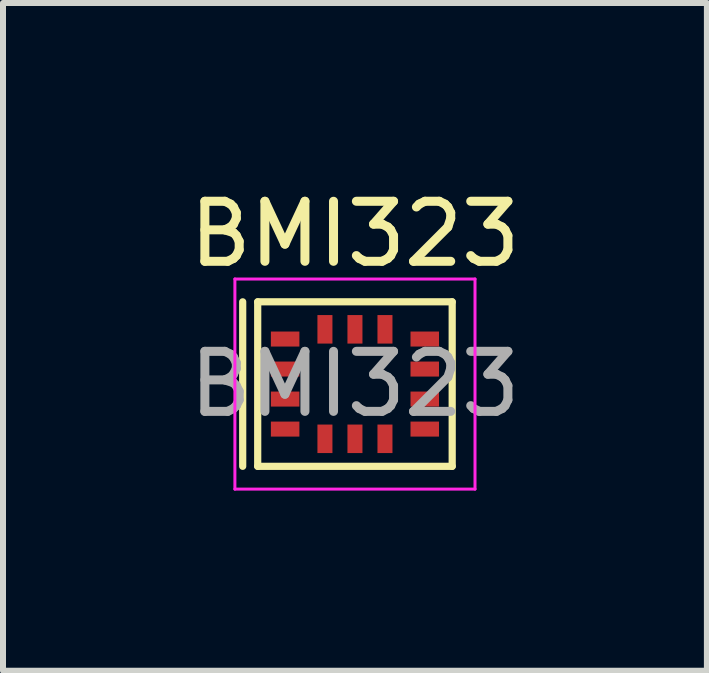
<source format=kicad_pcb>
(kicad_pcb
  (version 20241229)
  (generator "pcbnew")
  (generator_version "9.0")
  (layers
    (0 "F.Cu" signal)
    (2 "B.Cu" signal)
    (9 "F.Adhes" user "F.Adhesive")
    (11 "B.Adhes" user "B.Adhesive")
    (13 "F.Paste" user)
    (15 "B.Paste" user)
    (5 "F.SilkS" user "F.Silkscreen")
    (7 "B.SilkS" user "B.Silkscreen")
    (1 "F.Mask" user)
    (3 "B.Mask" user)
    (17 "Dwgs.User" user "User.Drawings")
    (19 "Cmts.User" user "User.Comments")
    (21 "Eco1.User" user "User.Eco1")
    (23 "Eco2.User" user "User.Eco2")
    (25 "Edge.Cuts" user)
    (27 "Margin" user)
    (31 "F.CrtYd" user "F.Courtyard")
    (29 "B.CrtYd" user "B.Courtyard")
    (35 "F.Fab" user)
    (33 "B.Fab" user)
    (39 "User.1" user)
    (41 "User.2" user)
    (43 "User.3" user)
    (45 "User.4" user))
  (footprint "BMI323"
    (layer "F.Cu")
    (at 2.863 3.348)
    (property "Reference" "BMI323" (at 0 -2.5 0) (unlocked yes) (layer "F.SilkS") (effects (font (size 1 1) (thickness 0.15))))
    (attr smd)
    (fp_line (start -1.87 1.37) (end -1.87 -1.37) (stroke (width 0.12) (type default)) (layer "F.SilkS"))
    (fp_line (start -1.62 -1.37) (end 1.62 -1.37) (stroke (width 0.12) (type default)) (layer "F.SilkS"))
    (fp_line (start -1.62 1.37) (end -1.62 -1.37) (stroke (width 0.12) (type default)) (layer "F.SilkS"))
    (fp_line (start 1.62 -1.37) (end 1.62 1.37) (stroke (width 0.12) (type default)) (layer "F.SilkS"))
    (fp_line (start 1.62 1.37) (end -1.62 1.37) (stroke (width 0.12) (type default)) (layer "F.SilkS"))
    (fp_line (start -2 -1.75) (end -2 1.75) (stroke (width 0.05) (type default)) (layer "F.CrtYd"))
    (fp_line (start -2 1.75) (end 2 1.75) (stroke (width 0.05) (type default)) (layer "F.CrtYd"))
    (fp_line (start 2 -1.75) (end -2 -1.75) (stroke (width 0.05) (type default)) (layer "F.CrtYd"))
    (fp_line (start 2 1.75) (end 2 -1.75) (stroke (width 0.05) (type default)) (layer "F.CrtYd"))
    (fp_text user "${REFERENCE}" (at 0 0 0) (unlocked yes) (layer "F.Fab") (effects (font (size 1 1) (thickness 0.15))))
    (pad "1" smd rect (at -1.163 -0.75) (size 0.475 0.25) (layers "F.Cu" "F.Mask" "F.Paste"))
    (pad "2" smd rect (at -1.163 -0.25) (size 0.475 0.25) (layers "F.Cu" "F.Mask" "F.Paste"))
    (pad "3" smd rect (at -1.163 0.25) (size 0.475 0.25) (layers "F.Cu" "F.Mask" "F.Paste"))
    (pad "4" smd rect (at -1.163 0.75) (size 0.475 0.25) (layers "F.Cu" "F.Mask" "F.Paste"))
    (pad "5" smd rect (at -0.5 0.912 90) (size 0.475 0.25) (layers "F.Cu" "F.Mask" "F.Paste"))
    (pad "6" smd rect (at 0 0.912 90) (size 0.475 0.25) (layers "F.Cu" "F.Mask" "F.Paste"))
    (pad "7" smd rect (at 0.5 0.912 90) (size 0.475 0.25) (layers "F.Cu" "F.Mask" "F.Paste"))
    (pad "8" smd rect (at 1.163 0.75 180) (size 0.475 0.25) (layers "F.Cu" "F.Mask" "F.Paste"))
    (pad "9" smd rect (at 1.163 0.25 180) (size 0.475 0.25) (layers "F.Cu" "F.Mask" "F.Paste"))
    (pad "10" smd rect (at 1.163 -0.25 180) (size 0.475 0.25) (layers "F.Cu" "F.Mask" "F.Paste"))
    (pad "11" smd rect (at 1.163 -0.75 180) (size 0.475 0.25) (layers "F.Cu" "F.Mask" "F.Paste"))
    (pad "12" smd rect (at 0.5 -0.912 270) (size 0.475 0.25) (layers "F.Cu" "F.Mask" "F.Paste"))
    (pad "13" smd rect (at 0 -0.912 270) (size 0.475 0.25) (layers "F.Cu" "F.Mask" "F.Paste"))
    (pad "14" smd rect (at -0.5 -0.912 270) (size 0.475 0.25) (layers "F.Cu" "F.Mask" "F.Paste")))
  (gr_rect
    (start -3 -3)
    (end 8.726 8.123)
    (stroke (width 0.1) (type default))
    (fill no)
    (layer "Edge.Cuts")))
</source>
